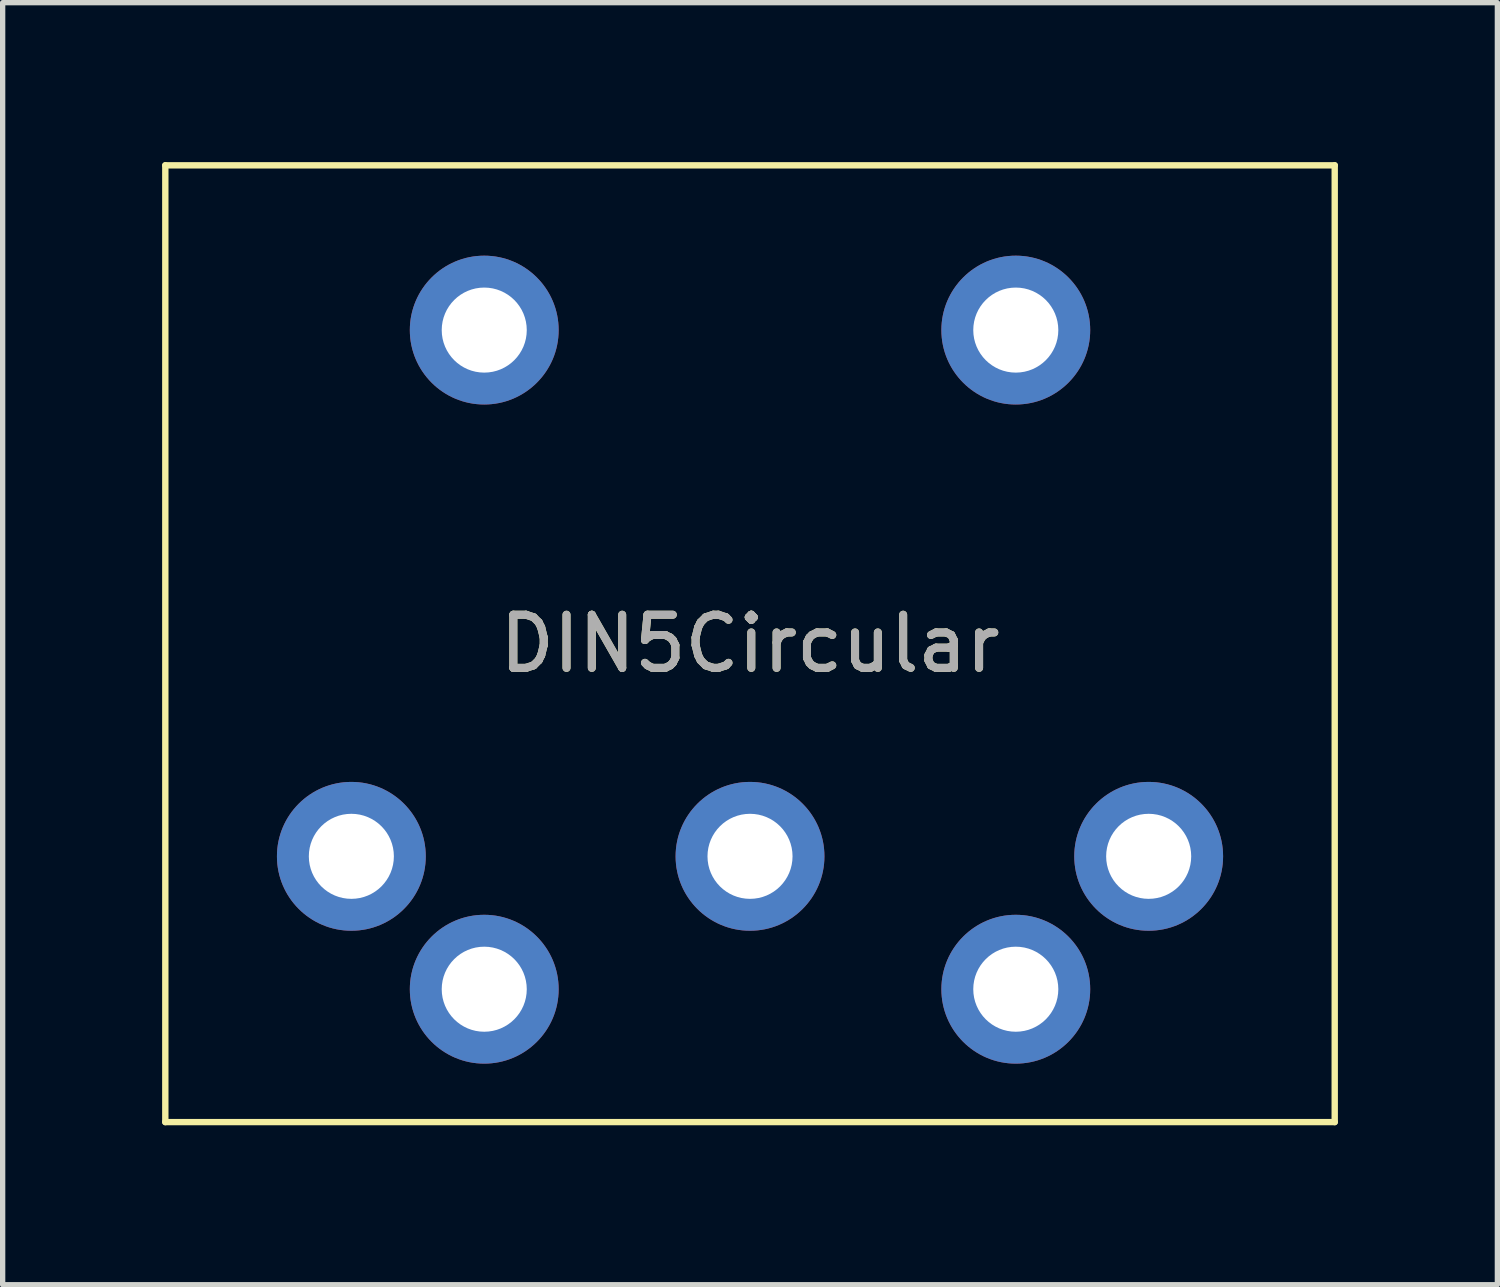
<source format=kicad_pcb>
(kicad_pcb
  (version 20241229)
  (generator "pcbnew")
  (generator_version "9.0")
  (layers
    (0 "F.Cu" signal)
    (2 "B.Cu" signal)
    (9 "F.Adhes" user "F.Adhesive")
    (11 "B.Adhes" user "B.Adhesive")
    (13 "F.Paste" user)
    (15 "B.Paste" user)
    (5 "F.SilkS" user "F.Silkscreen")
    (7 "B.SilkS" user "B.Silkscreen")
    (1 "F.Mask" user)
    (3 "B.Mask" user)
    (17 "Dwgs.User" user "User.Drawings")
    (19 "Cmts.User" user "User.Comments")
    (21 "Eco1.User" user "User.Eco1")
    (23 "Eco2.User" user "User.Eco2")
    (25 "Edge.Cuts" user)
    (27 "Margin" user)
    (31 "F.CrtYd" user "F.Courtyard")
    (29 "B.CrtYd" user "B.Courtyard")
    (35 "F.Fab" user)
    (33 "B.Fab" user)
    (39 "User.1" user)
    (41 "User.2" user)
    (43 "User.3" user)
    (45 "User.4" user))
  (footprint "DIN5Circular"
    (layer "F.Cu")
    (at 11.06 13.06)
    (property "Reference" "DIN5Circular" (at 0 -4 0) (unlocked yes) (layer "F.SilkS") (effects (font (size 1 1) (thickness 0.15))))
    (attr through_hole)
    (fp_line (start -11 -13) (end 11 -13) (stroke (width 0.12) (type solid)) (layer "F.SilkS"))
    (fp_line (start -11 5) (end -11 -13) (stroke (width 0.12) (type solid)) (layer "F.SilkS"))
    (fp_line (start 11 -13) (end 11 5) (stroke (width 0.12) (type solid)) (layer "F.SilkS"))
    (fp_line (start 11 5) (end -11 5) (stroke (width 0.12) (type solid)) (layer "F.SilkS"))
    (fp_text user "${REFERENCE}" (at 0 -4 0) (unlocked yes) (layer "F.Fab") (effects (font (size 1 1) (thickness 0.15))))
    (pad "1" thru_hole circle (at -7.5 0) (size 2.8 2.8) (drill 1.6) (layers "*.Cu" "*.Mask"))
    (pad "2" thru_hole circle (at 0 0) (size 2.8 2.8) (drill 1.6) (layers "*.Cu" "*.Mask"))
    (pad "3" thru_hole circle (at 7.5 0) (size 2.8 2.8) (drill 1.6) (layers "*.Cu" "*.Mask"))
    (pad "4" thru_hole circle (at -5 2.5) (size 2.8 2.8) (drill 1.6) (layers "*.Cu" "*.Mask"))
    (pad "5" thru_hole circle (at 5 2.5) (size 2.8 2.8) (drill 1.6) (layers "*.Cu" "*.Mask"))
    (pad "G" thru_hole circle (at -5 -9.9) (size 2.8 2.8) (drill 1.6) (layers "*.Cu" "*.Mask"))
    (pad "G" thru_hole circle (at 5 -9.9) (size 2.8 2.8) (drill 1.6) (layers "*.Cu" "*.Mask")))
  (gr_rect
    (start -3 -3)
    (end 25.12 21.12)
    (stroke (width 0.1) (type default))
    (fill no)
    (layer "Edge.Cuts")))
</source>
